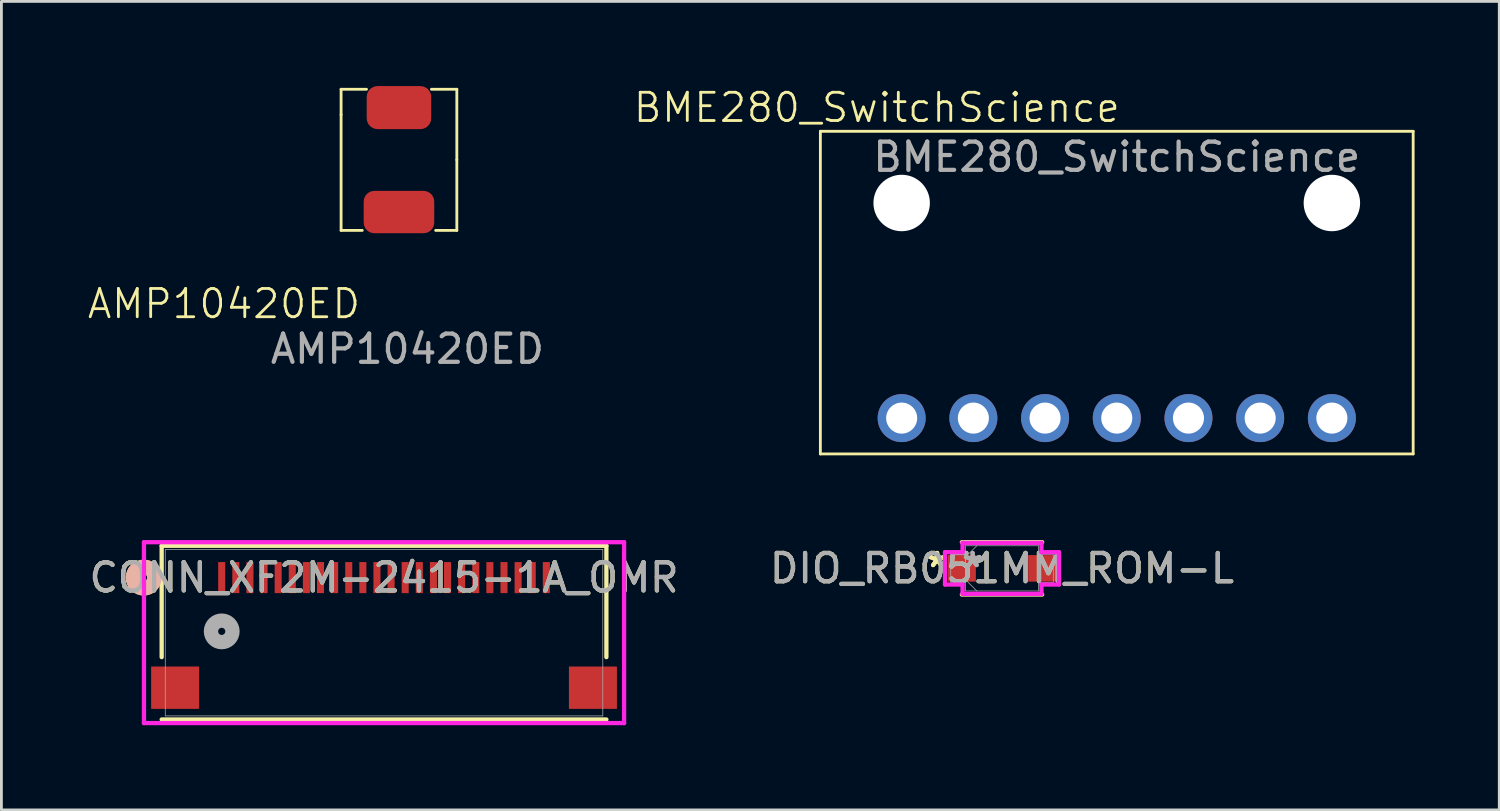
<source format=kicad_pcb>
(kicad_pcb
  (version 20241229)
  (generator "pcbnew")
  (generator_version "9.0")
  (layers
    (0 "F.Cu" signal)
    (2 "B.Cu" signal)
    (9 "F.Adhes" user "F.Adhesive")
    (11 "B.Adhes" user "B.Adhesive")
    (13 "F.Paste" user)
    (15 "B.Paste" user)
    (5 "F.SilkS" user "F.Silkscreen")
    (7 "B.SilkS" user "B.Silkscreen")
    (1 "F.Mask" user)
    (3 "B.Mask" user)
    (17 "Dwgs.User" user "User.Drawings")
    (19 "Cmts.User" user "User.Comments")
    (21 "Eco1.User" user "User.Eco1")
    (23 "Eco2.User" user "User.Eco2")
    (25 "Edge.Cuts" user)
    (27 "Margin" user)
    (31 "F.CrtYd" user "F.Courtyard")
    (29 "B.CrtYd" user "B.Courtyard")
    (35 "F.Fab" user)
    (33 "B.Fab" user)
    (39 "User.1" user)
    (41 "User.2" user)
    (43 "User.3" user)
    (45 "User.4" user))
  (footprint "CONN_XF2M-2415-1A_OMR"
    (layer "F.Cu")
    (at 16.304 17.411)
    (property "Reference" "CONN_XF2M-2415-1A_OMR" (at -5.75 0 0) (unlocked yes) (layer "F.SilkS") (effects (font (size 1 1) (thickness 0.15))))
    (attr smd)
    (fp_line (start -13.627 -1.127) (end -13.627 2.817) (stroke (width 0.152) (type solid)) (layer "F.SilkS"))
    (fp_line (start -13.627 5.027) (end 2.127 5.027) (stroke (width 0.152) (type solid)) (layer "F.SilkS"))
    (fp_line (start 2.127 -1.127) (end -13.627 -1.127) (stroke (width 0.152) (type solid)) (layer "F.SilkS"))
    (fp_line (start 2.127 2.817) (end 2.127 -1.127) (stroke (width 0.152) (type solid)) (layer "F.SilkS"))
    (fp_circle (center -14.262 0) (end -13.881 0) (stroke (width 0.508) (type solid)) (fill no) (layer "F.SilkS"))
    (fp_circle (center -14.262 0) (end -13.881 0) (stroke (width 0.508) (type solid)) (fill no) (layer "B.SilkS"))
    (fp_line (start -14.254 -1.254) (end -14.254 5.154) (stroke (width 0.152) (type solid)) (layer "F.CrtYd"))
    (fp_line (start -14.254 5.154) (end 2.754 5.154) (stroke (width 0.152) (type solid)) (layer "F.CrtYd"))
    (fp_line (start 2.754 -1.254) (end -14.254 -1.254) (stroke (width 0.152) (type solid)) (layer "F.CrtYd"))
    (fp_line (start 2.754 5.154) (end 2.754 -1.254) (stroke (width 0.152) (type solid)) (layer "F.CrtYd"))
    (fp_line (start -13.5 -1) (end -13.5 4.9) (stroke (width 0.025) (type solid)) (layer "F.Fab"))
    (fp_line (start -13.5 4.9) (end 2 4.9) (stroke (width 0.025) (type solid)) (layer "F.Fab"))
    (fp_line (start 2 -1) (end -13.5 -1) (stroke (width 0.025) (type solid)) (layer "F.Fab"))
    (fp_line (start 2 4.9) (end 2 -1) (stroke (width 0.025) (type solid)) (layer "F.Fab"))
    (fp_circle (center -11.5 1.905) (end -11.119 1.905) (stroke (width 0.508) (type solid)) (fill no) (layer "F.Fab"))
    (fp_text user "${REFERENCE}" (at -5.75 0 0) (unlocked yes) (layer "F.Fab") (effects (font (size 1 1) (thickness 0.15))))
    (pad "1" smd rect (at -11.5 0) (size 0.25 1.1) (layers "F.Cu" "F.Mask" "F.Paste"))
    (pad "2" smd rect (at -11 0) (size 0.25 1.1) (layers "F.Cu" "F.Mask" "F.Paste"))
    (pad "3" smd rect (at -10.5 0) (size 0.25 1.1) (layers "F.Cu" "F.Mask" "F.Paste"))
    (pad "4" smd rect (at -10 0) (size 0.25 1.1) (layers "F.Cu" "F.Mask" "F.Paste"))
    (pad "5" smd rect (at -9.5 0) (size 0.25 1.1) (layers "F.Cu" "F.Mask" "F.Paste"))
    (pad "6" smd rect (at -9 0) (size 0.25 1.1) (layers "F.Cu" "F.Mask" "F.Paste"))
    (pad "7" smd rect (at -8.5 0) (size 0.25 1.1) (layers "F.Cu" "F.Mask" "F.Paste"))
    (pad "8" smd rect (at -8 0) (size 0.25 1.1) (layers "F.Cu" "F.Mask" "F.Paste"))
    (pad "9" smd rect (at -7.5 0) (size 0.25 1.1) (layers "F.Cu" "F.Mask" "F.Paste"))
    (pad "10" smd rect (at -7 0) (size 0.25 1.1) (layers "F.Cu" "F.Mask" "F.Paste"))
    (pad "11" smd rect (at -6.5 0) (size 0.25 1.1) (layers "F.Cu" "F.Mask" "F.Paste"))
    (pad "12" smd rect (at -6 0) (size 0.25 1.1) (layers "F.Cu" "F.Mask" "F.Paste"))
    (pad "13" smd rect (at -5.5 0) (size 0.25 1.1) (layers "F.Cu" "F.Mask" "F.Paste"))
    (pad "14" smd rect (at -5 0) (size 0.25 1.1) (layers "F.Cu" "F.Mask" "F.Paste"))
    (pad "15" smd rect (at -4.5 0) (size 0.25 1.1) (layers "F.Cu" "F.Mask" "F.Paste"))
    (pad "16" smd rect (at -4 0) (size 0.25 1.1) (layers "F.Cu" "F.Mask" "F.Paste"))
    (pad "17" smd rect (at -3.5 0) (size 0.25 1.1) (layers "F.Cu" "F.Mask" "F.Paste"))
    (pad "18" smd rect (at -3 0) (size 0.25 1.1) (layers "F.Cu" "F.Mask" "F.Paste"))
    (pad "19" smd rect (at -2.5 0) (size 0.25 1.1) (layers "F.Cu" "F.Mask" "F.Paste"))
    (pad "20" smd rect (at -2 0) (size 0.25 1.1) (layers "F.Cu" "F.Mask" "F.Paste"))
    (pad "21" smd rect (at -1.5 0) (size 0.25 1.1) (layers "F.Cu" "F.Mask" "F.Paste"))
    (pad "22" smd rect (at -1 0) (size 0.25 1.1) (layers "F.Cu" "F.Mask" "F.Paste"))
    (pad "23" smd rect (at -0.5 0) (size 0.25 1.1) (layers "F.Cu" "F.Mask" "F.Paste"))
    (pad "24" smd rect (at 0 0) (size 0.25 1.1) (layers "F.Cu" "F.Mask" "F.Paste"))
    (pad "25" smd rect (at -13.15 3.9) (size 1.7 1.5) (layers "F.Cu" "F.Mask" "F.Paste"))
    (pad "26" smd rect (at 1.65 3.9) (size 1.7 1.5) (layers "F.Cu" "F.Mask" "F.Paste")))
  (footprint "AMP10420ED"
    (layer "F.Cu")
    (at 11.083 2.612)
    (property "Reference" "AMP10420ED" (at -6.2 5.1 0) (unlocked yes) (layer "F.SilkS") (effects (font (size 1 1) (thickness 0.1))))
    (attr smd)
    (fp_line (start -2.05 -2.5) (end -2.05 -1.6) (stroke (width 0.1) (type default)) (layer "F.SilkS"))
    (fp_line (start -2.05 -1.6) (end -2.05 2.5) (stroke (width 0.1) (type default)) (layer "F.SilkS"))
    (fp_line (start -2.05 2.5) (end -1.3 2.5) (stroke (width 0.1) (type default)) (layer "F.SilkS"))
    (fp_line (start -1.15 -2.5) (end -2.05 -2.5) (stroke (width 0.1) (type default)) (layer "F.SilkS"))
    (fp_line (start 2.05 -2.5) (end 1.15 -2.5) (stroke (width 0.1) (type default)) (layer "F.SilkS"))
    (fp_line (start 2.05 0) (end 2.05 -2.5) (stroke (width 0.1) (type default)) (layer "F.SilkS"))
    (fp_line (start 2.05 0) (end 2.05 2.5) (stroke (width 0.1) (type default)) (layer "F.SilkS"))
    (fp_line (start 2.05 2.5) (end 1.3 2.5) (stroke (width 0.1) (type default)) (layer "F.SilkS"))
    (fp_text user "${REFERENCE}" (at 0.3 6.7 0) (unlocked yes) (layer "F.Fab") (effects (font (size 1 1) (thickness 0.15))))
    (pad "1" smd roundrect (at 0 1.85) (size 2.5 1.5) (layers "F.Cu" "F.Mask" "F.Paste") (roundrect_rratio 0.25))
    (pad "2" smd roundrect (at 0 -1.85) (size 2.286 1.524) (layers "F.Cu" "F.Mask" "F.Paste") (roundrect_rratio 0.25)))
  (footprint "DIO_RB051MM_ROM-L"
    (layer "F.Cu")
    (at 32.446 17.084)
    (property "Reference" "DIO_RB051MM_ROM-L" (at 0 0 0) (unlocked yes) (layer "F.SilkS") (effects (font (size 1 1) (thickness 0.15))))
    (attr smd)
    (fp_line (start -1.422 0.927) (end 1.422 0.927) (stroke (width 0.152) (type solid)) (layer "F.SilkS"))
    (fp_line (start 1.422 -0.927) (end -1.422 -0.927) (stroke (width 0.152) (type solid)) (layer "F.SilkS"))
    (fp_line (start -2.019 -0.572) (end -1.397 -0.572) (stroke (width 0.152) (type solid)) (layer "F.CrtYd"))
    (fp_line (start -2.019 0.572) (end -2.019 -0.572) (stroke (width 0.152) (type solid)) (layer "F.CrtYd"))
    (fp_line (start -1.397 -0.902) (end 1.397 -0.902) (stroke (width 0.152) (type solid)) (layer "F.CrtYd"))
    (fp_line (start -1.397 -0.572) (end -1.397 -0.902) (stroke (width 0.152) (type solid)) (layer "F.CrtYd"))
    (fp_line (start -1.397 0.572) (end -2.019 0.572) (stroke (width 0.152) (type solid)) (layer "F.CrtYd"))
    (fp_line (start -1.397 0.902) (end -1.397 0.572) (stroke (width 0.152) (type solid)) (layer "F.CrtYd"))
    (fp_line (start 1.397 -0.902) (end 1.397 -0.572) (stroke (width 0.152) (type solid)) (layer "F.CrtYd"))
    (fp_line (start 1.397 -0.572) (end 2.019 -0.572) (stroke (width 0.152) (type solid)) (layer "F.CrtYd"))
    (fp_line (start 1.397 0.572) (end 1.397 0.902) (stroke (width 0.152) (type solid)) (layer "F.CrtYd"))
    (fp_line (start 1.397 0.902) (end -1.397 0.902) (stroke (width 0.152) (type solid)) (layer "F.CrtYd"))
    (fp_line (start 2.019 -0.572) (end 2.019 0.572) (stroke (width 0.152) (type solid)) (layer "F.CrtYd"))
    (fp_line (start 2.019 0.572) (end 1.397 0.572) (stroke (width 0.152) (type solid)) (layer "F.CrtYd"))
    (fp_line (start -1.816 -0.495) (end -1.816 0.495) (stroke (width 0.025) (type solid)) (layer "F.Fab"))
    (fp_line (start -1.816 0.495) (end -1.295 0.495) (stroke (width 0.025) (type solid)) (layer "F.Fab"))
    (fp_line (start -1.295 -0.8) (end -1.295 0.8) (stroke (width 0.025) (type solid)) (layer "F.Fab"))
    (fp_line (start -1.295 -0.495) (end -1.816 -0.495) (stroke (width 0.025) (type solid)) (layer "F.Fab"))
    (fp_line (start -1.295 -0.4) (end -0.895 -0.8) (stroke (width 0.025) (type solid)) (layer "F.Fab"))
    (fp_line (start -1.295 0.4) (end -0.895 0.8) (stroke (width 0.025) (type solid)) (layer "F.Fab"))
    (fp_line (start -1.295 0.495) (end -1.295 -0.495) (stroke (width 0.025) (type solid)) (layer "F.Fab"))
    (fp_line (start -1.295 0.8) (end 1.295 0.8) (stroke (width 0.025) (type solid)) (layer "F.Fab"))
    (fp_line (start 1.295 -0.8) (end -1.295 -0.8) (stroke (width 0.025) (type solid)) (layer "F.Fab"))
    (fp_line (start 1.295 -0.495) (end 1.295 0.495) (stroke (width 0.025) (type solid)) (layer "F.Fab"))
    (fp_line (start 1.295 0.495) (end 1.816 0.495) (stroke (width 0.025) (type solid)) (layer "F.Fab"))
    (fp_line (start 1.295 0.8) (end 1.295 -0.8) (stroke (width 0.025) (type solid)) (layer "F.Fab"))
    (fp_line (start 1.816 -0.495) (end 1.295 -0.495) (stroke (width 0.025) (type solid)) (layer "F.Fab"))
    (fp_line (start 1.816 0.495) (end 1.816 -0.495) (stroke (width 0.025) (type solid)) (layer "F.Fab"))
    (fp_text user "*" (at -2.299 0 0) (unlocked yes) (layer "F.SilkS") (effects (font (size 1 1) (thickness 0.15))))
    (fp_text user "*" (at -2.299 0 0) (layer "F.SilkS") (effects (font (size 1 1) (thickness 0.15))))
    (fp_text user "*" (at -1.041 0 0) (layer "F.Fab") (effects (font (size 1 1) (thickness 0.15))))
    (fp_text user "*" (at -1.041 0 0) (unlocked yes) (layer "F.Fab") (effects (font (size 1 1) (thickness 0.15))))
    (fp_text user "${REFERENCE}" (at 0 0 0) (unlocked yes) (layer "F.Fab") (effects (font (size 1 1) (thickness 0.15))))
    (pad "1" smd rect (at -1.422 0) (size 0.991 0.94) (layers "F.Cu" "F.Mask" "F.Paste"))
    (pad "2" smd rect (at 1.422 0) (size 0.991 0.94) (layers "F.Cu" "F.Mask" "F.Paste"))
    (zone (net_name "") (layer "F.Cu") (hatch full 0.508) (connect_pads) (min_thickness 0.254) (filled_areas_thickness no) (keepout (tracks not_allowed) (vias not_allowed) (pads allowed) (copperpour not_allowed) (footprints allowed)) (placement (enabled no)) (fill) (polygon (pts (xy 31.57 16.334) (xy 33.323 16.334) (xy 33.323 17.833) (xy 31.57 17.833)))))
  (footprint "BME280_SwitchScience"
    (layer "F.Cu")
    (at 36.511 11.761)
    (property "Reference" "BME280_SwitchScience" (at -8.5 -11 0) (unlocked yes) (layer "F.SilkS") (effects (font (size 1 1) (thickness 0.1))))
    (attr through_hole)
    (fp_line (start -10.5 -10.16) (end 10.5 -10.16) (stroke (width 0.1) (type default)) (layer "F.SilkS"))
    (fp_line (start -10.5 1.27) (end -10.5 -10.16) (stroke (width 0.1) (type default)) (layer "F.SilkS"))
    (fp_line (start -10.5 1.27) (end 10.5 1.27) (stroke (width 0.1) (type default)) (layer "F.SilkS"))
    (fp_line (start 10.5 -10.16) (end 10.5 1.27) (stroke (width 0.1) (type default)) (layer "F.SilkS"))
    (fp_text user "${REFERENCE}" (at 0 -9.25 0) (unlocked yes) (layer "F.Fab") (effects (font (size 1 1) (thickness 0.15))))
    (pad "" np_thru_hole circle (at -7.62 -7.62) (size 2 2) (drill 2.7) (layers "*.Cu" "*.Mask"))
    (pad "" np_thru_hole circle (at 7.62 -7.62) (size 2 2) (drill 2.7) (layers "*.Cu" "*.Mask"))
    (pad "1" thru_hole circle (at -7.62 0) (size 1.7 1.7) (drill 1.1) (layers "*.Cu" "*.Mask"))
    (pad "2" thru_hole circle (at -5.08 0) (size 1.7 1.7) (drill 1.1) (layers "*.Cu" "*.Mask"))
    (pad "3" thru_hole circle (at -2.54 0) (size 1.7 1.7) (drill 1.1) (layers "*.Cu" "*.Mask"))
    (pad "4" thru_hole circle (at 0 0) (size 1.7 1.7) (drill 1.1) (layers "*.Cu" "*.Mask"))
    (pad "5" thru_hole circle (at 2.54 0) (size 1.7 1.7) (drill 1.1) (layers "*.Cu" "*.Mask"))
    (pad "6" thru_hole circle (at 5.08 0) (size 1.7 1.7) (drill 1.1) (layers "*.Cu" "*.Mask"))
    (pad "7" thru_hole circle (at 7.62 0) (size 1.7 1.7) (drill 1.1) (layers "*.Cu" "*.Mask")))
  (gr_rect
    (start -3 -3)
    (end 50.061 25.641)
    (stroke (width 0.1) (type default))
    (fill no)
    (layer "Edge.Cuts")))
</source>
